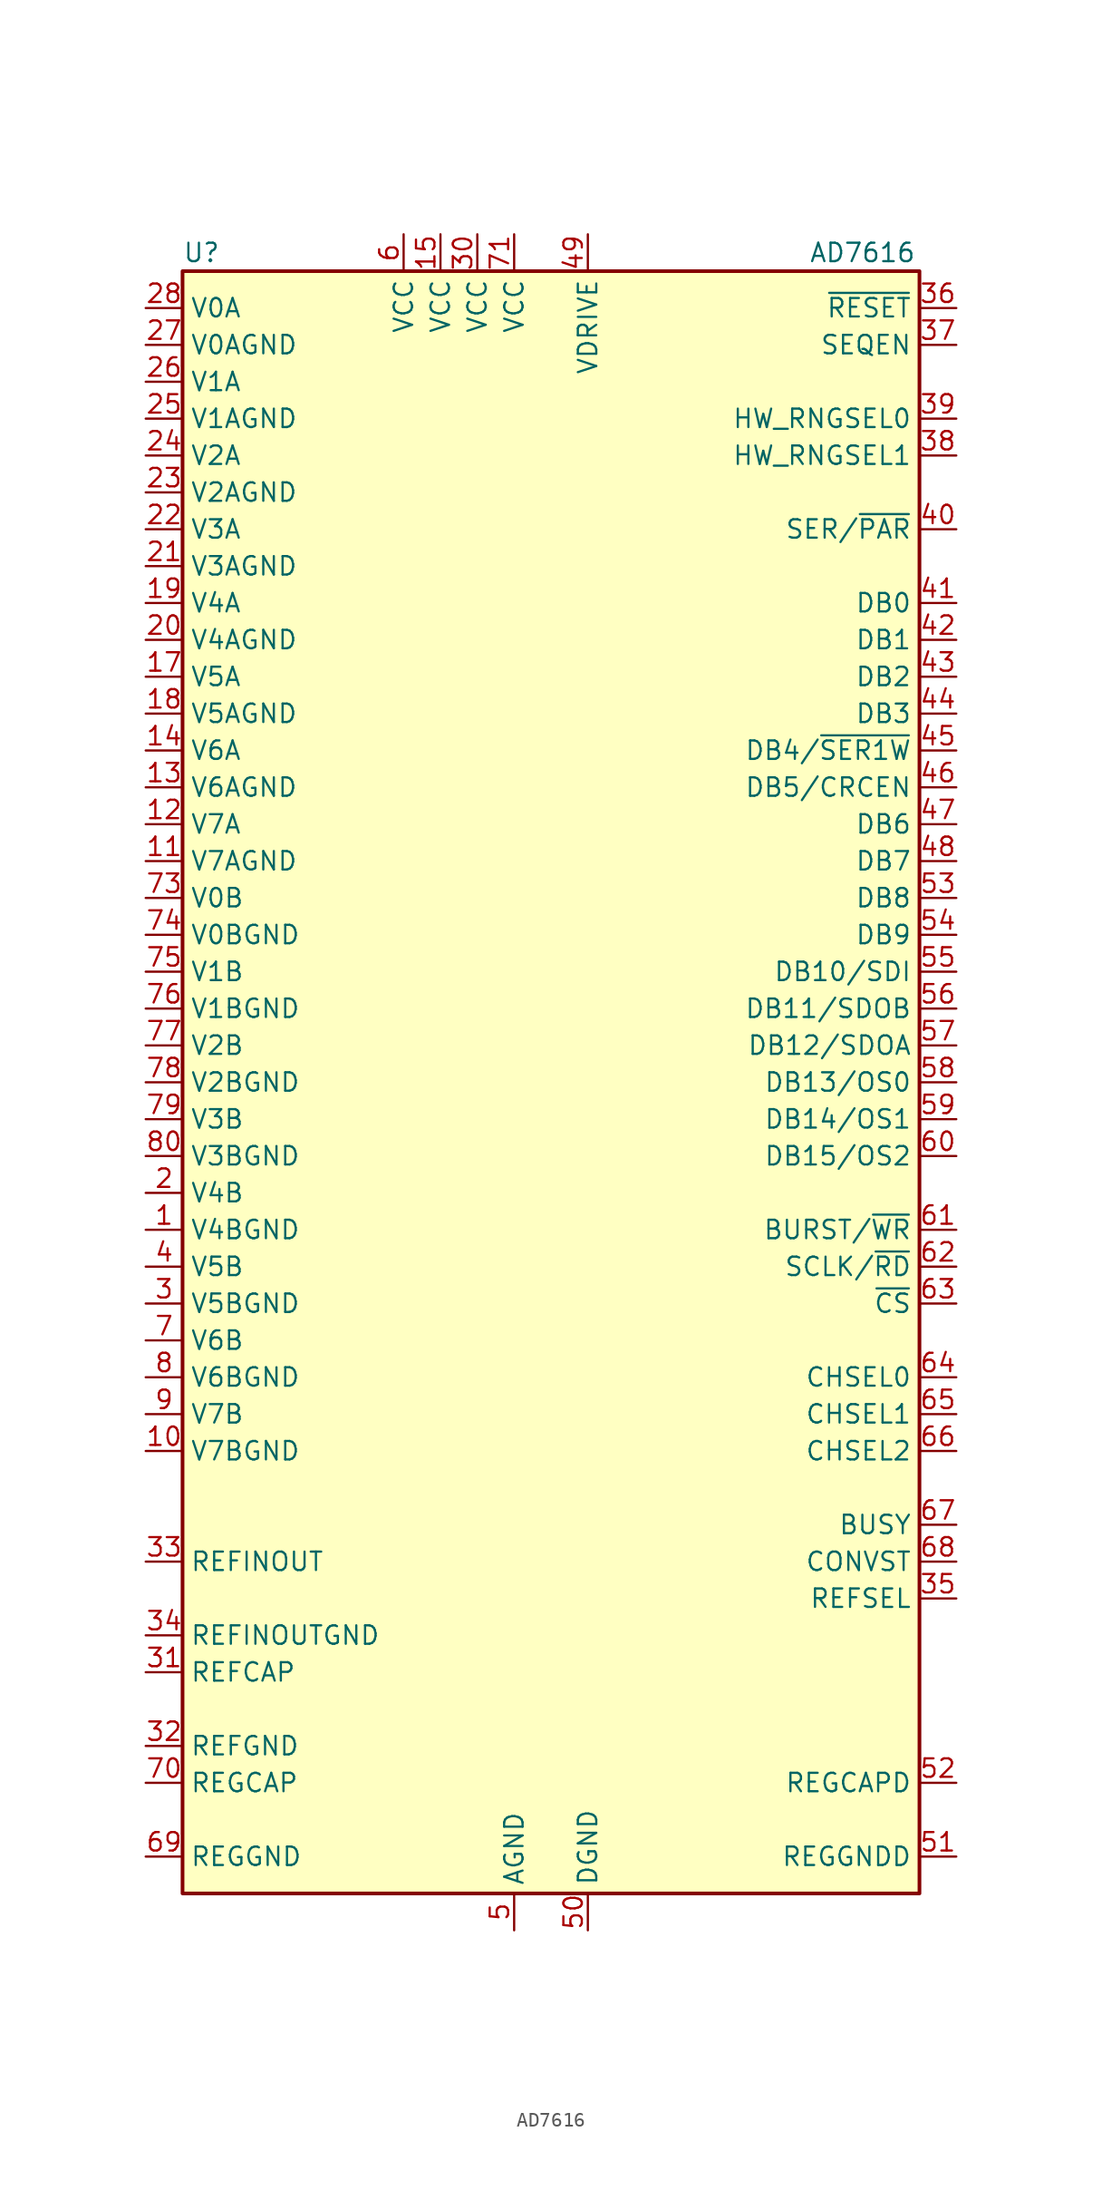
<source format=kicad_sym>
(kicad_symbol_lib
  (version 20241209)
  (generator "kicad_symbol_editor")
  (generator_version "9.0")
  (symbol "AD7616"
    (property "Reference" "U"
      (at -25.4 57.15 0)
      (effects (font (size 1.27 1.27)) (justify left)))
    (property "Value" "AD7616"
      (at 17.78 57.15 0)
      (effects (font (size 1.27 1.27)) (justify left)))
    (symbol "AD7616_1_1"
      (rectangle (start -25.4 55.88) (end 25.4 -55.88) (stroke (width 0.254) (type default)) (fill (type background)))
      (pin input line (at -27.94 53.34 0) (length 2.54) (name "V0A" (effects (font (size 1.27 1.27)))) (number "28" (effects (font (size 1.27 1.27)))))
      (pin input line (at -27.94 50.8 0) (length 2.54) (name "V0AGND" (effects (font (size 1.27 1.27)))) (number "27" (effects (font (size 1.27 1.27)))))
      (pin input line (at -27.94 48.26 0) (length 2.54) (name "V1A" (effects (font (size 1.27 1.27)))) (number "26" (effects (font (size 1.27 1.27)))))
      (pin input line (at -27.94 45.72 0) (length 2.54) (name "V1AGND" (effects (font (size 1.27 1.27)))) (number "25" (effects (font (size 1.27 1.27)))))
      (pin input line (at -27.94 43.18 0) (length 2.54) (name "V2A" (effects (font (size 1.27 1.27)))) (number "24" (effects (font (size 1.27 1.27)))))
      (pin input line (at -27.94 40.64 0) (length 2.54) (name "V2AGND" (effects (font (size 1.27 1.27)))) (number "23" (effects (font (size 1.27 1.27)))))
      (pin input line (at -27.94 38.1 0) (length 2.54) (name "V3A" (effects (font (size 1.27 1.27)))) (number "22" (effects (font (size 1.27 1.27)))))
      (pin input line (at -27.94 35.56 0) (length 2.54) (name "V3AGND" (effects (font (size 1.27 1.27)))) (number "21" (effects (font (size 1.27 1.27)))))
      (pin input line (at -27.94 33.02 0) (length 2.54) (name "V4A" (effects (font (size 1.27 1.27)))) (number "19" (effects (font (size 1.27 1.27)))))
      (pin input line (at -27.94 30.48 0) (length 2.54) (name "V4AGND" (effects (font (size 1.27 1.27)))) (number "20" (effects (font (size 1.27 1.27)))))
      (pin input line (at -27.94 27.94 0) (length 2.54) (name "V5A" (effects (font (size 1.27 1.27)))) (number "17" (effects (font (size 1.27 1.27)))))
      (pin input line (at -27.94 25.4 0) (length 2.54) (name "V5AGND" (effects (font (size 1.27 1.27)))) (number "18" (effects (font (size 1.27 1.27)))))
      (pin input line (at -27.94 22.86 0) (length 2.54) (name "V6A" (effects (font (size 1.27 1.27)))) (number "14" (effects (font (size 1.27 1.27)))))
      (pin input line (at -27.94 20.32 0) (length 2.54) (name "V6AGND" (effects (font (size 1.27 1.27)))) (number "13" (effects (font (size 1.27 1.27)))))
      (pin input line (at -27.94 17.78 0) (length 2.54) (name "V7A" (effects (font (size 1.27 1.27)))) (number "12" (effects (font (size 1.27 1.27)))))
      (pin input line (at -27.94 15.24 0) (length 2.54) (name "V7AGND" (effects (font (size 1.27 1.27)))) (number "11" (effects (font (size 1.27 1.27)))))
      (pin input line (at -27.94 12.7 0) (length 2.54) (name "V0B" (effects (font (size 1.27 1.27)))) (number "73" (effects (font (size 1.27 1.27)))))
      (pin input line (at -27.94 10.16 0) (length 2.54) (name "V0BGND" (effects (font (size 1.27 1.27)))) (number "74" (effects (font (size 1.27 1.27)))))
      (pin input line (at -27.94 7.62 0) (length 2.54) (name "V1B" (effects (font (size 1.27 1.27)))) (number "75" (effects (font (size 1.27 1.27)))))
      (pin input line (at -27.94 5.08 0) (length 2.54) (name "V1BGND" (effects (font (size 1.27 1.27)))) (number "76" (effects (font (size 1.27 1.27)))))
      (pin input line (at -27.94 2.54 0) (length 2.54) (name "V2B" (effects (font (size 1.27 1.27)))) (number "77" (effects (font (size 1.27 1.27)))))
      (pin input line (at -27.94 0 0) (length 2.54) (name "V2BGND" (effects (font (size 1.27 1.27)))) (number "78" (effects (font (size 1.27 1.27)))))
      (pin input line (at -27.94 -2.54 0) (length 2.54) (name "V3B" (effects (font (size 1.27 1.27)))) (number "79" (effects (font (size 1.27 1.27)))))
      (pin input line (at -27.94 -5.08 0) (length 2.54) (name "V3BGND" (effects (font (size 1.27 1.27)))) (number "80" (effects (font (size 1.27 1.27)))))
      (pin input line (at -27.94 -7.62 0) (length 2.54) (name "V4B" (effects (font (size 1.27 1.27)))) (number "2" (effects (font (size 1.27 1.27)))))
      (pin input line (at -27.94 -10.16 0) (length 2.54) (name "V4BGND" (effects (font (size 1.27 1.27)))) (number "1" (effects (font (size 1.27 1.27)))))
      (pin input line (at -27.94 -12.7 0) (length 2.54) (name "V5B" (effects (font (size 1.27 1.27)))) (number "4" (effects (font (size 1.27 1.27)))))
      (pin input line (at -27.94 -15.24 0) (length 2.54) (name "V5BGND" (effects (font (size 1.27 1.27)))) (number "3" (effects (font (size 1.27 1.27)))))
      (pin input line (at -27.94 -17.78 0) (length 2.54) (name "V6B" (effects (font (size 1.27 1.27)))) (number "7" (effects (font (size 1.27 1.27)))))
      (pin input line (at -27.94 -20.32 0) (length 2.54) (name "V6BGND" (effects (font (size 1.27 1.27)))) (number "8" (effects (font (size 1.27 1.27)))))
      (pin input line (at -27.94 -22.86 0) (length 2.54) (name "V7B" (effects (font (size 1.27 1.27)))) (number "9" (effects (font (size 1.27 1.27)))))
      (pin input line (at -27.94 -25.4 0) (length 2.54) (name "V7BGND" (effects (font (size 1.27 1.27)))) (number "10" (effects (font (size 1.27 1.27)))))
      (pin input line (at -27.94 -33.02 0) (length 2.54) (name "REFINOUT" (effects (font (size 1.27 1.27)))) (number "33" (effects (font (size 1.27 1.27)))))
      (pin power_in line (at -27.94 -38.1 0) (length 2.54) (name "REFINOUTGND" (effects (font (size 1.27 1.27)))) (number "34" (effects (font (size 1.27 1.27)))))
      (pin passive line (at -27.94 -40.64 0) (length 2.54) (name "REFCAP" (effects (font (size 1.27 1.27)))) (number "31" (effects (font (size 1.27 1.27)))))
      (pin power_in line (at -27.94 -45.72 0) (length 2.54) (name "REFGND" (effects (font (size 1.27 1.27)))) (number "32" (effects (font (size 1.27 1.27)))))
      (pin passive line (at -27.94 -48.26 0) (length 2.54) (name "REGCAP" (effects (font (size 1.27 1.27)))) (number "70" (effects (font (size 1.27 1.27)))))
      (pin power_in line (at -27.94 -53.34 0) (length 2.54) (name "REGGND" (effects (font (size 1.27 1.27)))) (number "69" (effects (font (size 1.27 1.27)))))
      (pin power_in line (at -10.16 58.42 270) (length 2.54) (name "VCC" (effects (font (size 1.27 1.27)))) (number "6" (effects (font (size 1.27 1.27)))))
      (pin power_in line (at -7.62 58.42 270) (length 2.54) (name "VCC" (effects (font (size 1.27 1.27)))) (number "15" (effects (font (size 1.27 1.27)))))
      (pin power_in line (at -5.08 58.42 270) (length 2.54) (name "VCC" (effects (font (size 1.27 1.27)))) (number "30" (effects (font (size 1.27 1.27)))))
      (pin power_in line (at -2.54 58.42 270) (length 2.54) (name "VCC" (effects (font (size 1.27 1.27)))) (number "71" (effects (font (size 1.27 1.27)))))
      (pin passive line (at -2.54 -58.42 90) (length 2.54) (hide yes) (name "AGND" (effects (font (size 1.27 1.27)))) (number "16" (effects (font (size 1.27 1.27)))))
      (pin passive line (at -2.54 -58.42 90) (length 2.54) (hide yes) (name "AGND" (effects (font (size 1.27 1.27)))) (number "29" (effects (font (size 1.27 1.27)))))
      (pin power_in line (at -2.54 -58.42 90) (length 2.54) (name "AGND" (effects (font (size 1.27 1.27)))) (number "5" (effects (font (size 1.27 1.27)))))
      (pin passive line (at -2.54 -58.42 90) (length 2.54) (hide yes) (name "AGND" (effects (font (size 1.27 1.27)))) (number "72" (effects (font (size 1.27 1.27)))))
      (pin power_in line (at 2.54 58.42 270) (length 2.54) (name "VDRIVE" (effects (font (size 1.27 1.27)))) (number "49" (effects (font (size 1.27 1.27)))))
      (pin power_in line (at 2.54 -58.42 90) (length 2.54) (name "DGND" (effects (font (size 1.27 1.27)))) (number "50" (effects (font (size 1.27 1.27)))))
      (pin input line (at 27.94 53.34 180) (length 2.54) (name "~{RESET}" (effects (font (size 1.27 1.27)))) (number "36" (effects (font (size 1.27 1.27)))))
      (pin input line (at 27.94 50.8 180) (length 2.54) (name "SEQEN" (effects (font (size 1.27 1.27)))) (number "37" (effects (font (size 1.27 1.27)))))
      (pin input line (at 27.94 45.72 180) (length 2.54) (name "HW_RNGSEL0" (effects (font (size 1.27 1.27)))) (number "39" (effects (font (size 1.27 1.27)))))
      (pin input line (at 27.94 43.18 180) (length 2.54) (name "HW_RNGSEL1" (effects (font (size 1.27 1.27)))) (number "38" (effects (font (size 1.27 1.27)))))
      (pin input line (at 27.94 38.1 180) (length 2.54) (name "SER/~{PAR}" (effects (font (size 1.27 1.27)))) (number "40" (effects (font (size 1.27 1.27)))))
      (pin bidirectional line (at 27.94 33.02 180) (length 2.54) (name "DB0" (effects (font (size 1.27 1.27)))) (number "41" (effects (font (size 1.27 1.27)))))
      (pin bidirectional line (at 27.94 30.48 180) (length 2.54) (name "DB1" (effects (font (size 1.27 1.27)))) (number "42" (effects (font (size 1.27 1.27)))))
      (pin bidirectional line (at 27.94 27.94 180) (length 2.54) (name "DB2" (effects (font (size 1.27 1.27)))) (number "43" (effects (font (size 1.27 1.27)))))
      (pin bidirectional line (at 27.94 25.4 180) (length 2.54) (name "DB3" (effects (font (size 1.27 1.27)))) (number "44" (effects (font (size 1.27 1.27)))))
      (pin bidirectional line (at 27.94 22.86 180) (length 2.54) (name "DB4/~{SER1W}" (effects (font (size 1.27 1.27)))) (number "45" (effects (font (size 1.27 1.27)))))
      (pin bidirectional line (at 27.94 20.32 180) (length 2.54) (name "DB5/CRCEN" (effects (font (size 1.27 1.27)))) (number "46" (effects (font (size 1.27 1.27)))))
      (pin bidirectional line (at 27.94 17.78 180) (length 2.54) (name "DB6" (effects (font (size 1.27 1.27)))) (number "47" (effects (font (size 1.27 1.27)))))
      (pin bidirectional line (at 27.94 15.24 180) (length 2.54) (name "DB7" (effects (font (size 1.27 1.27)))) (number "48" (effects (font (size 1.27 1.27)))))
      (pin bidirectional line (at 27.94 12.7 180) (length 2.54) (name "DB8" (effects (font (size 1.27 1.27)))) (number "53" (effects (font (size 1.27 1.27)))))
      (pin bidirectional line (at 27.94 10.16 180) (length 2.54) (name "DB9" (effects (font (size 1.27 1.27)))) (number "54" (effects (font (size 1.27 1.27)))))
      (pin bidirectional line (at 27.94 7.62 180) (length 2.54) (name "DB10/SDI" (effects (font (size 1.27 1.27)))) (number "55" (effects (font (size 1.27 1.27)))))
      (pin bidirectional line (at 27.94 5.08 180) (length 2.54) (name "DB11/SDOB" (effects (font (size 1.27 1.27)))) (number "56" (effects (font (size 1.27 1.27)))))
      (pin bidirectional line (at 27.94 2.54 180) (length 2.54) (name "DB12/SDOA" (effects (font (size 1.27 1.27)))) (number "57" (effects (font (size 1.27 1.27)))))
      (pin bidirectional line (at 27.94 0 180) (length 2.54) (name "DB13/OS0" (effects (font (size 1.27 1.27)))) (number "58" (effects (font (size 1.27 1.27)))))
      (pin bidirectional line (at 27.94 -2.54 180) (length 2.54) (name "DB14/OS1" (effects (font (size 1.27 1.27)))) (number "59" (effects (font (size 1.27 1.27)))))
      (pin bidirectional line (at 27.94 -5.08 180) (length 2.54) (name "DB15/OS2" (effects (font (size 1.27 1.27)))) (number "60" (effects (font (size 1.27 1.27)))))
      (pin input line (at 27.94 -10.16 180) (length 2.54) (name "BURST/~{WR}" (effects (font (size 1.27 1.27)))) (number "61" (effects (font (size 1.27 1.27)))))
      (pin input line (at 27.94 -12.7 180) (length 2.54) (name "SCLK/~{RD}" (effects (font (size 1.27 1.27)))) (number "62" (effects (font (size 1.27 1.27)))))
      (pin input line (at 27.94 -15.24 180) (length 2.54) (name "~{CS}" (effects (font (size 1.27 1.27)))) (number "63" (effects (font (size 1.27 1.27)))))
      (pin input line (at 27.94 -20.32 180) (length 2.54) (name "CHSEL0" (effects (font (size 1.27 1.27)))) (number "64" (effects (font (size 1.27 1.27)))))
      (pin input line (at 27.94 -22.86 180) (length 2.54) (name "CHSEL1" (effects (font (size 1.27 1.27)))) (number "65" (effects (font (size 1.27 1.27)))))
      (pin input line (at 27.94 -25.4 180) (length 2.54) (name "CHSEL2" (effects (font (size 1.27 1.27)))) (number "66" (effects (font (size 1.27 1.27)))))
      (pin output line (at 27.94 -30.48 180) (length 2.54) (name "BUSY" (effects (font (size 1.27 1.27)))) (number "67" (effects (font (size 1.27 1.27)))))
      (pin input line (at 27.94 -33.02 180) (length 2.54) (name "CONVST" (effects (font (size 1.27 1.27)))) (number "68" (effects (font (size 1.27 1.27)))))
      (pin input line (at 27.94 -35.56 180) (length 2.54) (name "REFSEL" (effects (font (size 1.27 1.27)))) (number "35" (effects (font (size 1.27 1.27)))))
      (pin passive line (at 27.94 -48.26 180) (length 2.54) (name "REGCAPD" (effects (font (size 1.27 1.27)))) (number "52" (effects (font (size 1.27 1.27)))))
      (pin power_in line (at 27.94 -53.34 180) (length 2.54) (name "REGGNDD" (effects (font (size 1.27 1.27)))) (number "51" (effects (font (size 1.27 1.27))))))))
</source>
